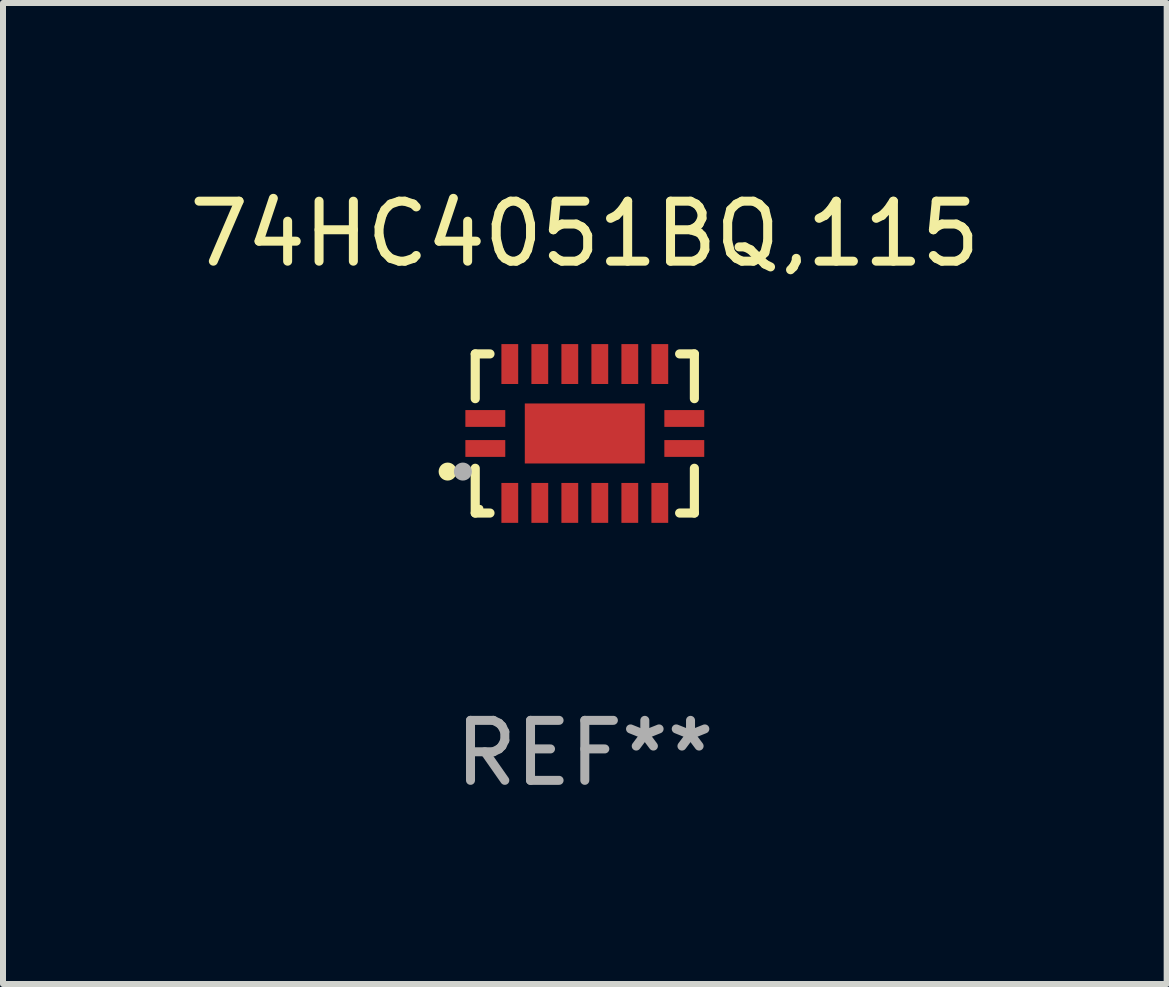
<source format=kicad_pcb>
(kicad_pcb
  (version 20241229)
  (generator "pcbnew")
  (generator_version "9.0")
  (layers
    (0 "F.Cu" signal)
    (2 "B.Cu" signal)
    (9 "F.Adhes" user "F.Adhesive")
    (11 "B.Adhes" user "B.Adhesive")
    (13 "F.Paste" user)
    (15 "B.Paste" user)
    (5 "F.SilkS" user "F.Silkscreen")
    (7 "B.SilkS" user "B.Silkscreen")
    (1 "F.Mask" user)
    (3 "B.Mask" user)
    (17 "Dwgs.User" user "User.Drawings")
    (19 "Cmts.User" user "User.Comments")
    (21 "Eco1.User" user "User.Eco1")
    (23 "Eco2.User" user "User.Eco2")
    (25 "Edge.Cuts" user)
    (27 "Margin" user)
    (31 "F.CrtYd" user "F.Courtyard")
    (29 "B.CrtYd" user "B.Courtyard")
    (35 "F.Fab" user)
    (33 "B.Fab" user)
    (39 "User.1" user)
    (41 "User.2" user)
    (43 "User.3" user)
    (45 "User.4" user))
  (footprint "74HC4051BQ,115"
    (layer "F.Cu")
    (at 6.696 4.174)
    (property "Reference" "74HC4051BQ,115" (at 0 -3.326 0) (layer "F.SilkS") (effects (font (size 1 1) (thickness 0.15))))
    (attr through_hole)
    (fp_line (start -1.826 -1.326) (end -1.58 -1.326) (stroke (width 0.152) (type solid)) (layer "F.SilkS"))
    (fp_line (start -1.826 -0.58) (end -1.826 -1.326) (stroke (width 0.152) (type solid)) (layer "F.SilkS"))
    (fp_line (start -1.826 0.58) (end -1.826 1.326) (stroke (width 0.152) (type solid)) (layer "F.SilkS"))
    (fp_line (start -1.826 1.326) (end -1.58 1.326) (stroke (width 0.152) (type solid)) (layer "F.SilkS"))
    (fp_line (start 1.826 -1.326) (end 1.58 -1.326) (stroke (width 0.152) (type solid)) (layer "F.SilkS"))
    (fp_line (start 1.826 -0.58) (end 1.826 -1.326) (stroke (width 0.152) (type solid)) (layer "F.SilkS"))
    (fp_line (start 1.826 0.58) (end 1.826 1.326) (stroke (width 0.152) (type solid)) (layer "F.SilkS"))
    (fp_line (start 1.826 1.326) (end 1.58 1.326) (stroke (width 0.152) (type solid)) (layer "F.SilkS"))
    (fp_circle (center -2.286 0.635) (end -2.211 0.635) (stroke (width 0.15) (type solid)) (fill no) (layer "F.SilkS"))
    (fp_circle (center -1.75 1.25) (end -1.72 1.25) (stroke (width 0.06) (type solid)) (fill no) (layer "F.SilkS"))
    (fp_circle (center -2.032 0.635) (end -1.957 0.635) (stroke (width 0.15) (type solid)) (fill no) (layer "F.Fab"))
    (fp_text user "REF**" (at 0 5.326 0) (layer "F.Fab") (effects (font (size 1 1) (thickness 0.15))))
    (pad "1" smd rect (at -1.658 0.25) (size 0.665 0.28) (layers "F.Cu" "F.Mask" "F.Paste"))
    (pad "2" smd rect (at -1.25 1.157) (size 0.28 0.665) (layers "F.Cu" "F.Mask" "F.Paste"))
    (pad "3" smd rect (at -0.75 1.157) (size 0.28 0.665) (layers "F.Cu" "F.Mask" "F.Paste"))
    (pad "4" smd rect (at -0.25 1.157) (size 0.28 0.665) (layers "F.Cu" "F.Mask" "F.Paste"))
    (pad "5" smd rect (at 0.25 1.157) (size 0.28 0.665) (layers "F.Cu" "F.Mask" "F.Paste"))
    (pad "6" smd rect (at 0.75 1.157) (size 0.28 0.665) (layers "F.Cu" "F.Mask" "F.Paste"))
    (pad "7" smd rect (at 1.25 1.157) (size 0.28 0.665) (layers "F.Cu" "F.Mask" "F.Paste"))
    (pad "8" smd rect (at 1.658 0.25) (size 0.665 0.28) (layers "F.Cu" "F.Mask" "F.Paste"))
    (pad "9" smd rect (at 1.658 -0.25) (size 0.665 0.28) (layers "F.Cu" "F.Mask" "F.Paste"))
    (pad "10" smd rect (at 1.25 -1.157) (size 0.28 0.665) (layers "F.Cu" "F.Mask" "F.Paste"))
    (pad "11" smd rect (at 0.75 -1.157) (size 0.28 0.665) (layers "F.Cu" "F.Mask" "F.Paste"))
    (pad "12" smd rect (at 0.25 -1.157) (size 0.28 0.665) (layers "F.Cu" "F.Mask" "F.Paste"))
    (pad "13" smd rect (at -0.25 -1.157) (size 0.28 0.665) (layers "F.Cu" "F.Mask" "F.Paste"))
    (pad "14" smd rect (at -0.75 -1.157) (size 0.28 0.665) (layers "F.Cu" "F.Mask" "F.Paste"))
    (pad "15" smd rect (at -1.25 -1.157) (size 0.28 0.665) (layers "F.Cu" "F.Mask" "F.Paste"))
    (pad "16" smd rect (at -1.658 -0.25) (size 0.665 0.28) (layers "F.Cu" "F.Mask" "F.Paste"))
    (pad "17" smd rect (at 0 0) (size 2 1) (layers "F.Cu" "F.Mask" "F.Paste")))
  (gr_rect
    (start -3 -3)
    (end 16.393 13.349)
    (stroke (width 0.1) (type default))
    (fill no)
    (layer "Edge.Cuts")))
</source>
